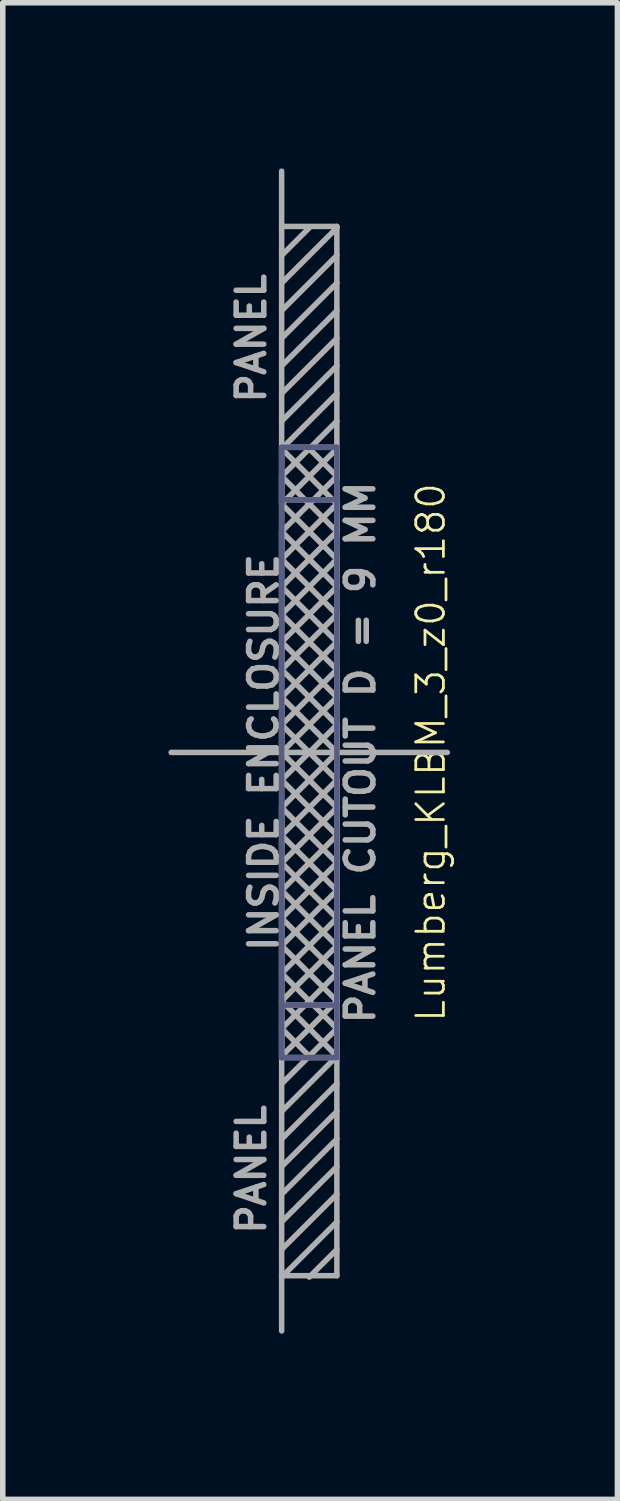
<source format=kicad_pcb>
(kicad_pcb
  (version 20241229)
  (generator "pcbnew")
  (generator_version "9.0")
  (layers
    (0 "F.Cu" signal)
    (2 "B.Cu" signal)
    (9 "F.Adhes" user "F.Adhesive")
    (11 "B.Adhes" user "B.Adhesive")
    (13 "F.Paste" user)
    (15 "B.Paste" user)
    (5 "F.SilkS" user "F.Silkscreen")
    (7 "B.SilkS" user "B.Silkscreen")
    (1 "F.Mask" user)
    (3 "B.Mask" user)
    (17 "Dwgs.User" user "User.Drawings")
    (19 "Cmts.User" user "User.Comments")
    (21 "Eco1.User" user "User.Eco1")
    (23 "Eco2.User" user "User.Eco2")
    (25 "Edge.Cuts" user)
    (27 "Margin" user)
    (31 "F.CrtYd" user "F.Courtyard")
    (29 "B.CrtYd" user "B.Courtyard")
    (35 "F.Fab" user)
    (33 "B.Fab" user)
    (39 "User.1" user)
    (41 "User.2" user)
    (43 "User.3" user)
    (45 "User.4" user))
  (footprint "Lumberg_KLBM_3_z0_r180"
    (layer "F.Cu")
    (at 2.05 10.575)
    (property "Reference" "Lumberg_KLBM_3_z0_r180" (at 2.7 0 90) (layer "F.SilkS") (effects (font (size 0.5 0.5) (thickness 0.05))))
    (attr through_hole)
    (fp_line (start 0 -5.525) (end 0 -5.5) (stroke (width 0.1) (type solid)) (layer "B.Fab"))
    (fp_line (start 0 -5.5) (end 0 -4.5) (stroke (width 0.1) (type solid)) (layer "B.Fab"))
    (fp_line (start 0 -4.575) (end 1 -4.575) (stroke (width 0.1) (type solid)) (layer "B.Fab"))
    (fp_line (start 0 4.5) (end 0 -5.5) (stroke (width 0.1) (type solid)) (layer "B.Fab"))
    (fp_line (start 0 4.575) (end 1 4.575) (stroke (width 0.1) (type solid)) (layer "B.Fab"))
    (fp_line (start 0 5.5) (end 0 4.5) (stroke (width 0.1) (type solid)) (layer "B.Fab"))
    (fp_line (start 0 5.525) (end 0 5.45) (stroke (width 0.1) (type solid)) (layer "B.Fab"))
    (fp_line (start 1 -5.525) (end 0 -5.525) (stroke (width 0.1) (type solid)) (layer "B.Fab"))
    (fp_line (start 1 -5.5) (end 1 -5.525) (stroke (width 0.1) (type solid)) (layer "B.Fab"))
    (fp_line (start 1 -5.5) (end 1 5.5) (stroke (width 0.1) (type solid)) (layer "B.Fab"))
    (fp_line (start 1 5.525) (end 0 5.525) (stroke (width 0.1) (type solid)) (layer "B.Fab"))
    (fp_line (start -2 0) (end 3 0) (stroke (width 0.1) (type solid)) (layer "F.Fab"))
    (fp_line (start 0 -9.525) (end 0 -10.525) (stroke (width 0.1) (type solid)) (layer "F.Fab"))
    (fp_line (start 0 -9.525) (end 1 -9.525) (stroke (width 0.1) (type solid)) (layer "F.Fab"))
    (fp_line (start 0 -9) (end 0.5 -9.5) (stroke (width 0.1) (type solid)) (layer "F.Fab"))
    (fp_line (start 0 -6.5) (end 1 -7.5) (stroke (width 0.1) (type solid)) (layer "F.Fab"))
    (fp_line (start 0 -5.525) (end 1 -5.525) (stroke (width 0.1) (type solid)) (layer "F.Fab"))
    (fp_line (start 0 -5.5) (end 1 -6.5) (stroke (width 0.1) (type solid)) (layer "F.Fab"))
    (fp_line (start 0 -5.5) (end 1 -4.5) (stroke (width 0.1) (type solid)) (layer "F.Fab"))
    (fp_line (start 0 -5) (end 0.5 -5.5) (stroke (width 0.1) (type solid)) (layer "F.Fab"))
    (fp_line (start 0 -5) (end 1 -4) (stroke (width 0.1) (type solid)) (layer "F.Fab"))
    (fp_line (start 0 -4.575) (end 1 -4.575) (stroke (width 0.1) (type solid)) (layer "F.Fab"))
    (fp_line (start 0 -4.5) (end 0 -5) (stroke (width 0.1) (type solid)) (layer "F.Fab"))
    (fp_line (start 0 -4.5) (end 1 -3.5) (stroke (width 0.1) (type solid)) (layer "F.Fab"))
    (fp_line (start 0 -4) (end 1 -5) (stroke (width 0.1) (type solid)) (layer "F.Fab"))
    (fp_line (start 0 -4) (end 1 -3) (stroke (width 0.1) (type solid)) (layer "F.Fab"))
    (fp_line (start 0 -3.5) (end 0 -4) (stroke (width 0.1) (type solid)) (layer "F.Fab"))
    (fp_line (start 0 -3.5) (end 1 -2.5) (stroke (width 0.1) (type solid)) (layer "F.Fab"))
    (fp_line (start 0 -3) (end 1 -4) (stroke (width 0.1) (type solid)) (layer "F.Fab"))
    (fp_line (start 0 -3) (end 1 -2) (stroke (width 0.1) (type solid)) (layer "F.Fab"))
    (fp_line (start 0 -2.5) (end 0 -3) (stroke (width 0.1) (type solid)) (layer "F.Fab"))
    (fp_line (start 0 -2) (end 1 -3) (stroke (width 0.1) (type solid)) (layer "F.Fab"))
    (fp_line (start 0 -2) (end 1 -1) (stroke (width 0.1) (type solid)) (layer "F.Fab"))
    (fp_line (start 0 -1.5) (end 0 -2) (stroke (width 0.1) (type solid)) (layer "F.Fab"))
    (fp_line (start 0 -1.5) (end 1 -0.5) (stroke (width 0.1) (type solid)) (layer "F.Fab"))
    (fp_line (start 0 -1) (end 1 -2) (stroke (width 0.1) (type solid)) (layer "F.Fab"))
    (fp_line (start 0 -0.5) (end 0 -1) (stroke (width 0.1) (type solid)) (layer "F.Fab"))
    (fp_line (start 0 -0.5) (end 0 0) (stroke (width 0.1) (type solid)) (layer "F.Fab"))
    (fp_line (start 0 0) (end 1 -1) (stroke (width 0.1) (type solid)) (layer "F.Fab"))
    (fp_line (start 0 0) (end 1 1) (stroke (width 0.1) (type solid)) (layer "F.Fab"))
    (fp_line (start 0 0.5) (end 0 0) (stroke (width 0.1) (type solid)) (layer "F.Fab"))
    (fp_line (start 0 1) (end 1 0) (stroke (width 0.1) (type solid)) (layer "F.Fab"))
    (fp_line (start 0 1) (end 1 2) (stroke (width 0.1) (type solid)) (layer "F.Fab"))
    (fp_line (start 0 1.5) (end 0 1) (stroke (width 0.1) (type solid)) (layer "F.Fab"))
    (fp_line (start 0 1.5) (end 0 2) (stroke (width 0.1) (type solid)) (layer "F.Fab"))
    (fp_line (start 0 2) (end 1 1) (stroke (width 0.1) (type solid)) (layer "F.Fab"))
    (fp_line (start 0 2) (end 1 3) (stroke (width 0.1) (type solid)) (layer "F.Fab"))
    (fp_line (start 0 2.5) (end 0 2) (stroke (width 0.1) (type solid)) (layer "F.Fab"))
    (fp_line (start 0 2.5) (end 0 3) (stroke (width 0.1) (type solid)) (layer "F.Fab"))
    (fp_line (start 0 3) (end 1 2) (stroke (width 0.1) (type solid)) (layer "F.Fab"))
    (fp_line (start 0 3) (end 1 4) (stroke (width 0.1) (type solid)) (layer "F.Fab"))
    (fp_line (start 0 3.5) (end 0 3) (stroke (width 0.1) (type solid)) (layer "F.Fab"))
    (fp_line (start 0 3.5) (end 0 4) (stroke (width 0.1) (type solid)) (layer "F.Fab"))
    (fp_line (start 0 4) (end 1 3) (stroke (width 0.1) (type solid)) (layer "F.Fab"))
    (fp_line (start 0 4) (end 1 5) (stroke (width 0.1) (type solid)) (layer "F.Fab"))
    (fp_line (start 0 4.5) (end 0 4) (stroke (width 0.1) (type solid)) (layer "F.Fab"))
    (fp_line (start 0 4.5) (end 0 5) (stroke (width 0.1) (type solid)) (layer "F.Fab"))
    (fp_line (start 0 4.575) (end 1 4.575) (stroke (width 0.1) (type solid)) (layer "F.Fab"))
    (fp_line (start 0 5) (end 0.5 5.5) (stroke (width 0.1) (type solid)) (layer "F.Fab"))
    (fp_line (start 0 5) (end 1 4) (stroke (width 0.1) (type solid)) (layer "F.Fab"))
    (fp_line (start 0 5.5) (end 0 5) (stroke (width 0.1) (type solid)) (layer "F.Fab"))
    (fp_line (start 0 5.525) (end 1 5.525) (stroke (width 0.1) (type solid)) (layer "F.Fab"))
    (fp_line (start 0 7) (end 1 6) (stroke (width 0.1) (type solid)) (layer "F.Fab"))
    (fp_line (start 0 8) (end 1 7) (stroke (width 0.1) (type solid)) (layer "F.Fab"))
    (fp_line (start 0 9) (end 1 8) (stroke (width 0.1) (type solid)) (layer "F.Fab"))
    (fp_line (start 0 9.475) (end 0 -9.525) (stroke (width 0.1) (type solid)) (layer "F.Fab"))
    (fp_line (start 0 9.475) (end 0 10.475) (stroke (width 0.1) (type solid)) (layer "F.Fab"))
    (fp_line (start 0.5 -5.5) (end 1 -5) (stroke (width 0.1) (type solid)) (layer "F.Fab"))
    (fp_line (start 0.5 5.5) (end 0 6) (stroke (width 0.1) (type solid)) (layer "F.Fab"))
    (fp_line (start 0.5 5.5) (end 1 5) (stroke (width 0.1) (type solid)) (layer "F.Fab"))
    (fp_line (start 0.5 9.5) (end 1 9) (stroke (width 0.1) (type solid)) (layer "F.Fab"))
    (fp_line (start 1 -9.525) (end 1 9.475) (stroke (width 0.1) (type solid)) (layer "F.Fab"))
    (fp_line (start 1 -9.5) (end 0 -8.5) (stroke (width 0.1) (type solid)) (layer "F.Fab"))
    (fp_line (start 1 -9) (end 0 -8) (stroke (width 0.1) (type solid)) (layer "F.Fab"))
    (fp_line (start 1 -8.5) (end 0 -7.5) (stroke (width 0.1) (type solid)) (layer "F.Fab"))
    (fp_line (start 1 -8) (end 0 -7) (stroke (width 0.1) (type solid)) (layer "F.Fab"))
    (fp_line (start 1 -7) (end 0 -6) (stroke (width 0.1) (type solid)) (layer "F.Fab"))
    (fp_line (start 1 -6) (end 0.5 -5.5) (stroke (width 0.1) (type solid)) (layer "F.Fab"))
    (fp_line (start 1 -5.5) (end 0 -4.5) (stroke (width 0.1) (type solid)) (layer "F.Fab"))
    (fp_line (start 1 -5) (end 1 -5.5) (stroke (width 0.1) (type solid)) (layer "F.Fab"))
    (fp_line (start 1 -4.5) (end 0 -3.5) (stroke (width 0.1) (type solid)) (layer "F.Fab"))
    (fp_line (start 1 -4) (end 1 -4.5) (stroke (width 0.1) (type solid)) (layer "F.Fab"))
    (fp_line (start 1 -3.5) (end 0 -2.5) (stroke (width 0.1) (type solid)) (layer "F.Fab"))
    (fp_line (start 1 -3) (end 1 -3.5) (stroke (width 0.1) (type solid)) (layer "F.Fab"))
    (fp_line (start 1 -2.5) (end 0 -1.5) (stroke (width 0.1) (type solid)) (layer "F.Fab"))
    (fp_line (start 1 -2) (end 1 -2.5) (stroke (width 0.1) (type solid)) (layer "F.Fab"))
    (fp_line (start 1 -1.5) (end 0 -2.5) (stroke (width 0.1) (type solid)) (layer "F.Fab"))
    (fp_line (start 1 -1.5) (end 0 -0.5) (stroke (width 0.1) (type solid)) (layer "F.Fab"))
    (fp_line (start 1 -1) (end 1 -1.5) (stroke (width 0.1) (type solid)) (layer "F.Fab"))
    (fp_line (start 1 -0.5) (end 0 0.5) (stroke (width 0.1) (type solid)) (layer "F.Fab"))
    (fp_line (start 1 -0.5) (end 1 0) (stroke (width 0.1) (type solid)) (layer "F.Fab"))
    (fp_line (start 1 0) (end 0 -1) (stroke (width 0.1) (type solid)) (layer "F.Fab"))
    (fp_line (start 1 0) (end 1 -0.5) (stroke (width 0.1) (type solid)) (layer "F.Fab"))
    (fp_line (start 1 0.5) (end 0 -0.5) (stroke (width 0.1) (type solid)) (layer "F.Fab"))
    (fp_line (start 1 0.5) (end 0 1.5) (stroke (width 0.1) (type solid)) (layer "F.Fab"))
    (fp_line (start 1 1) (end 1 0.5) (stroke (width 0.1) (type solid)) (layer "F.Fab"))
    (fp_line (start 1 1) (end 1 1.5) (stroke (width 0.1) (type solid)) (layer "F.Fab"))
    (fp_line (start 1 1.5) (end 0 0.5) (stroke (width 0.1) (type solid)) (layer "F.Fab"))
    (fp_line (start 1 1.5) (end 0 2.5) (stroke (width 0.1) (type solid)) (layer "F.Fab"))
    (fp_line (start 1 2) (end 1 1.5) (stroke (width 0.1) (type solid)) (layer "F.Fab"))
    (fp_line (start 1 2) (end 1 2.5) (stroke (width 0.1) (type solid)) (layer "F.Fab"))
    (fp_line (start 1 2.5) (end 0 1.5) (stroke (width 0.1) (type solid)) (layer "F.Fab"))
    (fp_line (start 1 2.5) (end 0 3.5) (stroke (width 0.1) (type solid)) (layer "F.Fab"))
    (fp_line (start 1 3) (end 1 2.5) (stroke (width 0.1) (type solid)) (layer "F.Fab"))
    (fp_line (start 1 3) (end 1 3.5) (stroke (width 0.1) (type solid)) (layer "F.Fab"))
    (fp_line (start 1 3.5) (end 0 2.5) (stroke (width 0.1) (type solid)) (layer "F.Fab"))
    (fp_line (start 1 3.5) (end 0 4.5) (stroke (width 0.1) (type solid)) (layer "F.Fab"))
    (fp_line (start 1 4) (end 1 3.5) (stroke (width 0.1) (type solid)) (layer "F.Fab"))
    (fp_line (start 1 4) (end 1 4.5) (stroke (width 0.1) (type solid)) (layer "F.Fab"))
    (fp_line (start 1 4.5) (end 0 3.5) (stroke (width 0.1) (type solid)) (layer "F.Fab"))
    (fp_line (start 1 4.5) (end 0 5.5) (stroke (width 0.1) (type solid)) (layer "F.Fab"))
    (fp_line (start 1 5) (end 1 4.5) (stroke (width 0.1) (type solid)) (layer "F.Fab"))
    (fp_line (start 1 5) (end 1 5.5) (stroke (width 0.1) (type solid)) (layer "F.Fab"))
    (fp_line (start 1 5.5) (end 0 4.5) (stroke (width 0.1) (type solid)) (layer "F.Fab"))
    (fp_line (start 1 5.5) (end 0 6.5) (stroke (width 0.1) (type solid)) (layer "F.Fab"))
    (fp_line (start 1 6.5) (end 0 7.5) (stroke (width 0.1) (type solid)) (layer "F.Fab"))
    (fp_line (start 1 7.5) (end 0 8.5) (stroke (width 0.1) (type solid)) (layer "F.Fab"))
    (fp_line (start 1 8.5) (end 0 9.5) (stroke (width 0.1) (type solid)) (layer "F.Fab"))
    (fp_line (start 1 9.475) (end 0 9.475) (stroke (width 0.1) (type solid)) (layer "F.Fab"))
    (fp_text user "PANEL" (at -0.55 7.55 90) (layer "F.Fab") (effects (font (size 0.5 0.5) (thickness 0.1))))
    (fp_text user "PANEL" (at -0.55 -7.5 90) (layer "F.Fab") (effects (font (size 0.5 0.5) (thickness 0.1))))
    (fp_text user "INSIDE ENCLOSURE" (at -0.325 0 90) (layer "F.Fab") (effects (font (size 0.5 0.5) (thickness 0.1))))
    (fp_text user "PANEL CUTOUT D = 9 MM" (at 1.425 0 90) (layer "F.Fab") (effects (font (size 0.5 0.5) (thickness 0.1)))))
  (gr_rect
    (start -3 -3)
    (end 8.13 24.1)
    (stroke (width 0.1) (type default))
    (fill no)
    (layer "Edge.Cuts")))
</source>
